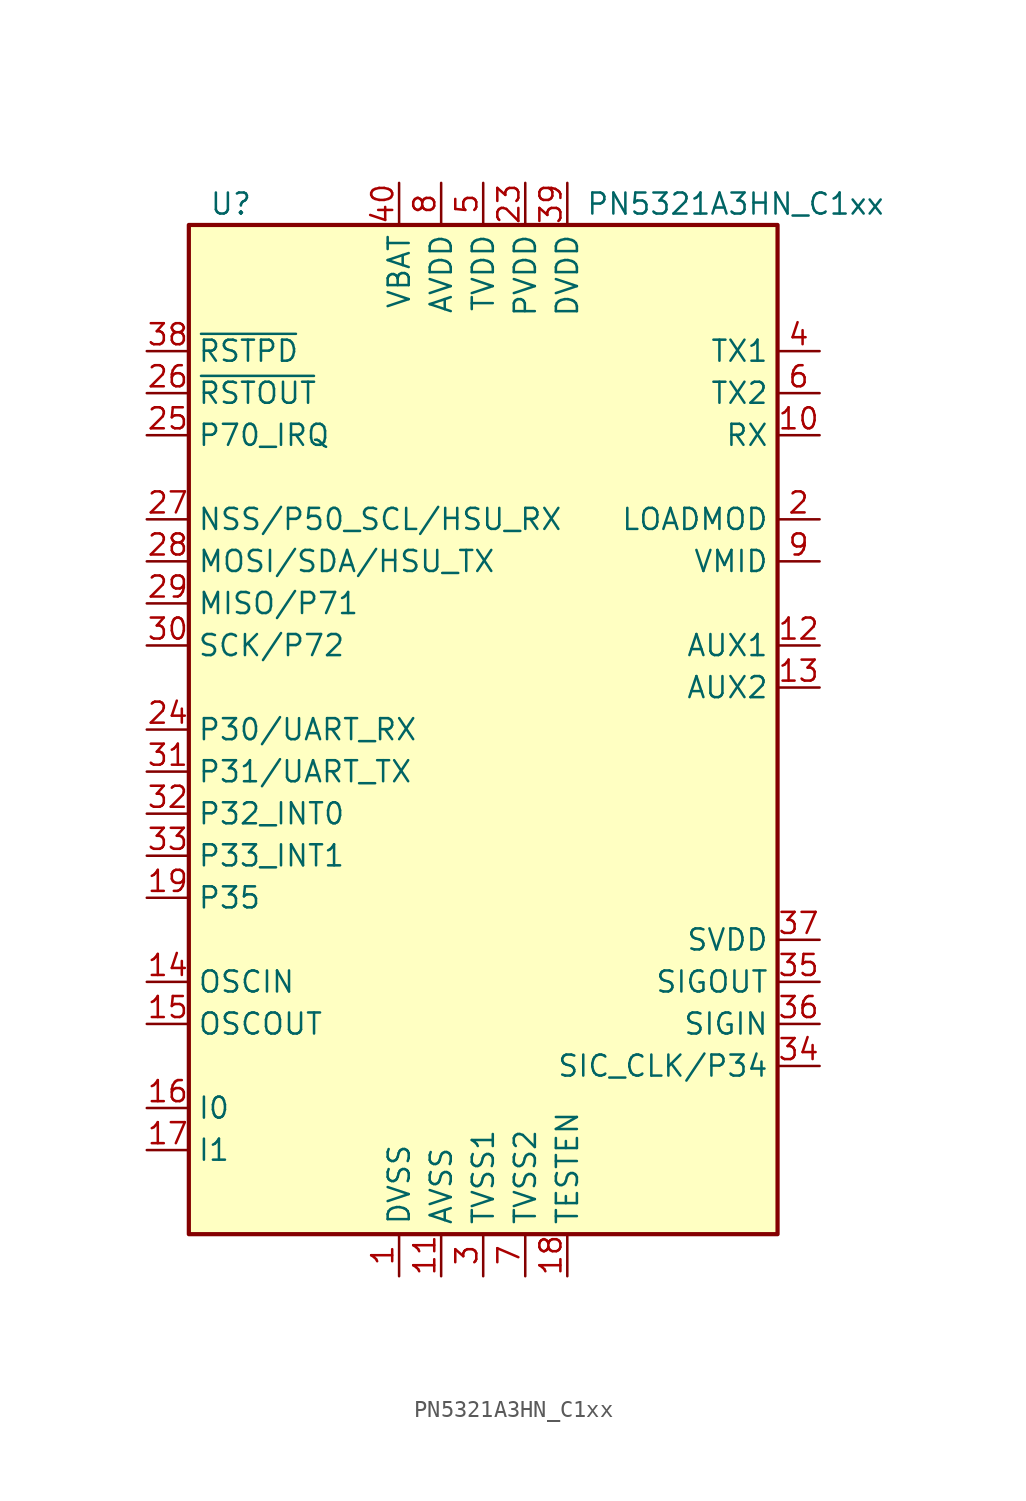
<source format=kicad_sym>
(kicad_symbol_lib
  (version 20201005)
  (generator kicad_symbol_editor)
  (symbol "RF_NFC:PN5321A3HN_C1xx"
    (property "Reference" "U"
      (at -15.24 31.75 0)
      (effects (font (size 1.27 1.27))))
    (property "Value" "PN5321A3HN_C1xx"
      (at 15.24 31.75 0)
      (effects (font (size 1.27 1.27))))
    (symbol "PN5321A3HN_C1xx_0_1"
      (rectangle (start -17.78 30.48) (end 17.78 -30.48) (stroke (width 0.254)) (fill (type background))))
    (symbol "PN5321A3HN_C1xx_1_1"
      (pin power_in line (at -5.08 -33.02 90) (length 2.54) (name "DVSS" (effects (font (size 1.27 1.27)))) (number "1" (effects (font (size 1.27 1.27)))))
      (pin input line (at 20.32 17.78 180) (length 2.54) (name "RX" (effects (font (size 1.27 1.27)))) (number "10" (effects (font (size 1.27 1.27)))))
      (pin power_in line (at -2.54 -33.02 90) (length 2.54) (name "AVSS" (effects (font (size 1.27 1.27)))) (number "11" (effects (font (size 1.27 1.27)))))
      (pin output line (at 20.32 5.08 180) (length 2.54) (name "AUX1" (effects (font (size 1.27 1.27)))) (number "12" (effects (font (size 1.27 1.27)))))
      (pin output line (at 20.32 2.54 180) (length 2.54) (name "AUX2" (effects (font (size 1.27 1.27)))) (number "13" (effects (font (size 1.27 1.27)))))
      (pin input line (at -20.32 -15.24 0) (length 2.54) (name "OSCIN" (effects (font (size 1.27 1.27)))) (number "14" (effects (font (size 1.27 1.27)))))
      (pin output line (at -20.32 -17.78 0) (length 2.54) (name "OSCOUT" (effects (font (size 1.27 1.27)))) (number "15" (effects (font (size 1.27 1.27)))))
      (pin passive line (at -20.32 -22.86 0) (length 2.54) (name "I0" (effects (font (size 1.27 1.27)))) (number "16" (effects (font (size 1.27 1.27)))))
      (pin passive line (at -20.32 -25.4 0) (length 2.54) (name "I1" (effects (font (size 1.27 1.27)))) (number "17" (effects (font (size 1.27 1.27)))))
      (pin passive line (at 5.08 -33.02 90) (length 2.54) (name "TESTEN" (effects (font (size 1.27 1.27)))) (number "18" (effects (font (size 1.27 1.27)))))
      (pin bidirectional line (at -20.32 -10.16 0) (length 2.54) (name "P35" (effects (font (size 1.27 1.27)))) (number "19" (effects (font (size 1.27 1.27)))))
      (pin output line (at 20.32 12.7 180) (length 2.54) (name "LOADMOD" (effects (font (size 1.27 1.27)))) (number "2" (effects (font (size 1.27 1.27)))))
      (pin no_connect line (at 17.78 -2.54 180) (length 2.54) hide (name "N.C." (effects (font (size 1.27 1.27)))) (number "20" (effects (font (size 1.27 1.27)))))
      (pin no_connect line (at 17.78 -5.08 180) (length 2.54) hide (name "N.C." (effects (font (size 1.27 1.27)))) (number "21" (effects (font (size 1.27 1.27)))))
      (pin no_connect line (at 17.78 -7.62 180) (length 2.54) hide (name "N.C." (effects (font (size 1.27 1.27)))) (number "22" (effects (font (size 1.27 1.27)))))
      (pin power_in line (at 2.54 33.02 270) (length 2.54) (name "PVDD" (effects (font (size 1.27 1.27)))) (number "23" (effects (font (size 1.27 1.27)))))
      (pin bidirectional line (at -20.32 0 0) (length 2.54) (name "P30/UART_RX" (effects (font (size 1.27 1.27)))) (number "24" (effects (font (size 1.27 1.27)))))
      (pin bidirectional line (at -20.32 17.78 0) (length 2.54) (name "P70_IRQ" (effects (font (size 1.27 1.27)))) (number "25" (effects (font (size 1.27 1.27)))))
      (pin output line (at -20.32 20.32 0) (length 2.54) (name "~RSTOUT" (effects (font (size 1.27 1.27)))) (number "26" (effects (font (size 1.27 1.27)))))
      (pin bidirectional line (at -20.32 12.7 0) (length 2.54) (name "NSS/P50_SCL/HSU_RX" (effects (font (size 1.27 1.27)))) (number "27" (effects (font (size 1.27 1.27)))))
      (pin bidirectional line (at -20.32 10.16 0) (length 2.54) (name "MOSI/SDA/HSU_TX" (effects (font (size 1.27 1.27)))) (number "28" (effects (font (size 1.27 1.27)))))
      (pin bidirectional line (at -20.32 7.62 0) (length 2.54) (name "MISO/P71" (effects (font (size 1.27 1.27)))) (number "29" (effects (font (size 1.27 1.27)))))
      (pin power_in line (at 0 -33.02 90) (length 2.54) (name "TVSS1" (effects (font (size 1.27 1.27)))) (number "3" (effects (font (size 1.27 1.27)))))
      (pin bidirectional line (at -20.32 5.08 0) (length 2.54) (name "SCK/P72" (effects (font (size 1.27 1.27)))) (number "30" (effects (font (size 1.27 1.27)))))
      (pin bidirectional line (at -20.32 -2.54 0) (length 2.54) (name "P31/UART_TX" (effects (font (size 1.27 1.27)))) (number "31" (effects (font (size 1.27 1.27)))))
      (pin bidirectional line (at -20.32 -5.08 0) (length 2.54) (name "P32_INT0" (effects (font (size 1.27 1.27)))) (number "32" (effects (font (size 1.27 1.27)))))
      (pin bidirectional line (at -20.32 -7.62 0) (length 2.54) (name "P33_INT1" (effects (font (size 1.27 1.27)))) (number "33" (effects (font (size 1.27 1.27)))))
      (pin bidirectional line (at 20.32 -20.32 180) (length 2.54) (name "SIC_CLK/P34" (effects (font (size 1.27 1.27)))) (number "34" (effects (font (size 1.27 1.27)))))
      (pin output line (at 20.32 -15.24 180) (length 2.54) (name "SIGOUT" (effects (font (size 1.27 1.27)))) (number "35" (effects (font (size 1.27 1.27)))))
      (pin input line (at 20.32 -17.78 180) (length 2.54) (name "SIGIN" (effects (font (size 1.27 1.27)))) (number "36" (effects (font (size 1.27 1.27)))))
      (pin output line (at 20.32 -12.7 180) (length 2.54) (name "SVDD" (effects (font (size 1.27 1.27)))) (number "37" (effects (font (size 1.27 1.27)))))
      (pin input line (at -20.32 22.86 0) (length 2.54) (name "~RSTPD" (effects (font (size 1.27 1.27)))) (number "38" (effects (font (size 1.27 1.27)))))
      (pin power_out line (at 5.08 33.02 270) (length 2.54) (name "DVDD" (effects (font (size 1.27 1.27)))) (number "39" (effects (font (size 1.27 1.27)))))
      (pin output line (at 20.32 22.86 180) (length 2.54) (name "TX1" (effects (font (size 1.27 1.27)))) (number "4" (effects (font (size 1.27 1.27)))))
      (pin power_in line (at -5.08 33.02 270) (length 2.54) (name "VBAT" (effects (font (size 1.27 1.27)))) (number "40" (effects (font (size 1.27 1.27)))))
      (pin passive line (at -2.54 -33.02 90) (length 2.54) hide (name "AVSS" (effects (font (size 1.27 1.27)))) (number "41" (effects (font (size 1.27 1.27)))))
      (pin power_in line (at 0 33.02 270) (length 2.54) (name "TVDD" (effects (font (size 1.27 1.27)))) (number "5" (effects (font (size 1.27 1.27)))))
      (pin output line (at 20.32 20.32 180) (length 2.54) (name "TX2" (effects (font (size 1.27 1.27)))) (number "6" (effects (font (size 1.27 1.27)))))
      (pin power_in line (at 2.54 -33.02 90) (length 2.54) (name "TVSS2" (effects (font (size 1.27 1.27)))) (number "7" (effects (font (size 1.27 1.27)))))
      (pin power_in line (at -2.54 33.02 270) (length 2.54) (name "AVDD" (effects (font (size 1.27 1.27)))) (number "8" (effects (font (size 1.27 1.27)))))
      (pin output line (at 20.32 10.16 180) (length 2.54) (name "VMID" (effects (font (size 1.27 1.27)))) (number "9" (effects (font (size 1.27 1.27))))))))
</source>
